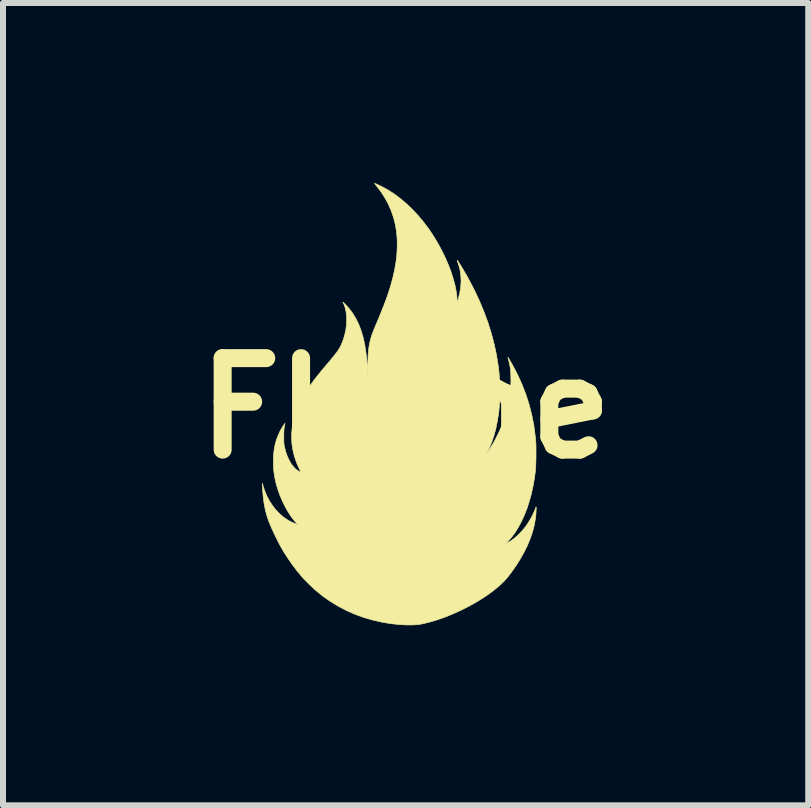
<source format=kicad_pcb>
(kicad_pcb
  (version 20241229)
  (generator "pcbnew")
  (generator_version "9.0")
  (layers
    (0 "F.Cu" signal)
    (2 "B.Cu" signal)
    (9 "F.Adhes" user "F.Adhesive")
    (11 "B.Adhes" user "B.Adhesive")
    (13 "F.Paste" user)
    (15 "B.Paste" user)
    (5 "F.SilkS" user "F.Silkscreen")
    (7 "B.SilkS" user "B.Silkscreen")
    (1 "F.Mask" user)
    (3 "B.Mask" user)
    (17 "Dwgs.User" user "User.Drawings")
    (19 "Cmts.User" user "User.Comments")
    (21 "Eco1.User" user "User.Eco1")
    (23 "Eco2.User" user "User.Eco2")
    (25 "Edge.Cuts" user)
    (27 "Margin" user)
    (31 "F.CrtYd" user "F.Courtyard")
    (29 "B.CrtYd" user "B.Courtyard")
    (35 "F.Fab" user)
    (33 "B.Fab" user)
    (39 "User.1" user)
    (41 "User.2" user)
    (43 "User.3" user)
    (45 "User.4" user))
  (footprint "Flame"
    (layer "F.Cu")
    (at 3.708 3.752)
    (property "Reference" "Flame" (at 0 0 0) (layer "F.SilkS") (effects (font (size 1.524 1.524) (thickness 0.3))))
    (attr through_hole)
    (fp_poly (pts (xy -0.512 -3.746) (xy -0.499 -3.741) (xy -0.48 -3.733) (xy -0.457 -3.722) (xy -0.431 -3.71) (xy -0.405 -3.697) (xy -0.392 -3.691) (xy -0.287 -3.633) (xy -0.182 -3.565) (xy -0.08 -3.488) (xy 0.021 -3.402) (xy 0.118 -3.308) (xy 0.212 -3.207) (xy 0.302 -3.099) (xy 0.388 -2.985) (xy 0.44 -2.908) (xy 0.505 -2.804) (xy 0.566 -2.697) (xy 0.623 -2.589) (xy 0.674 -2.48) (xy 0.72 -2.372) (xy 0.76 -2.265) (xy 0.793 -2.16) (xy 0.821 -2.059) (xy 0.841 -1.961) (xy 0.854 -1.869) (xy 0.857 -1.824) (xy 0.861 -1.76) (xy 0.878 -1.82) (xy 0.902 -1.92) (xy 0.918 -2.016) (xy 0.924 -2.108) (xy 0.921 -2.198) (xy 0.91 -2.286) (xy 0.889 -2.372) (xy 0.876 -2.413) (xy 0.869 -2.434) (xy 0.864 -2.452) (xy 0.861 -2.463) (xy 0.86 -2.467) (xy 0.864 -2.464) (xy 0.872 -2.453) (xy 0.883 -2.435) (xy 0.898 -2.412) (xy 0.916 -2.384) (xy 0.935 -2.352) (xy 0.956 -2.317) (xy 0.977 -2.28) (xy 0.999 -2.243) (xy 1.02 -2.207) (xy 1.04 -2.171) (xy 1.058 -2.138) (xy 1.059 -2.136) (xy 1.151 -1.959) (xy 1.234 -1.781) (xy 1.308 -1.602) (xy 1.374 -1.422) (xy 1.43 -1.243) (xy 1.477 -1.064) (xy 1.515 -0.886) (xy 1.543 -0.71) (xy 1.552 -0.64) (xy 1.559 -0.565) (xy 1.565 -0.485) (xy 1.569 -0.403) (xy 1.571 -0.321) (xy 1.572 -0.241) (xy 1.571 -0.166) (xy 1.568 -0.097) (xy 1.565 -0.058) (xy 1.551 0.079) (xy 1.53 0.21) (xy 1.505 0.334) (xy 1.474 0.451) (xy 1.437 0.56) (xy 1.396 0.66) (xy 1.366 0.721) (xy 1.356 0.742) (xy 1.35 0.753) (xy 1.349 0.757) (xy 1.354 0.753) (xy 1.363 0.739) (xy 1.377 0.718) (xy 1.397 0.688) (xy 1.401 0.681) (xy 1.48 0.548) (xy 1.549 0.413) (xy 1.609 0.277) (xy 1.658 0.138) (xy 1.698 -0.004) (xy 1.728 -0.148) (xy 1.746 -0.264) (xy 1.75 -0.306) (xy 1.753 -0.355) (xy 1.754 -0.409) (xy 1.755 -0.464) (xy 1.754 -0.519) (xy 1.752 -0.571) (xy 1.75 -0.618) (xy 1.746 -0.657) (xy 1.745 -0.658) (xy 1.741 -0.688) (xy 1.734 -0.722) (xy 1.727 -0.757) (xy 1.72 -0.791) (xy 1.712 -0.82) (xy 1.705 -0.842) (xy 1.704 -0.846) (xy 1.704 -0.848) (xy 1.709 -0.843) (xy 1.717 -0.831) (xy 1.728 -0.813) (xy 1.741 -0.79) (xy 1.757 -0.764) (xy 1.773 -0.736) (xy 1.788 -0.709) (xy 1.87 -0.552) (xy 1.942 -0.392) (xy 2.005 -0.228) (xy 2.058 -0.061) (xy 2.102 0.108) (xy 2.136 0.28) (xy 2.159 0.454) (xy 2.17 0.568) (xy 2.172 0.605) (xy 2.173 0.65) (xy 2.173 0.701) (xy 2.173 0.755) (xy 2.173 0.811) (xy 2.172 0.867) (xy 2.17 0.921) (xy 2.168 0.971) (xy 2.165 1.015) (xy 2.162 1.05) (xy 2.162 1.054) (xy 2.144 1.185) (xy 2.121 1.312) (xy 2.093 1.436) (xy 2.06 1.555) (xy 2.023 1.67) (xy 1.98 1.778) (xy 1.934 1.88) (xy 1.884 1.975) (xy 1.83 2.063) (xy 1.773 2.141) (xy 1.713 2.211) (xy 1.669 2.257) (xy 1.695 2.244) (xy 1.753 2.21) (xy 1.813 2.166) (xy 1.873 2.113) (xy 1.933 2.051) (xy 1.975 2.003) (xy 2.003 1.967) (xy 2.032 1.925) (xy 2.061 1.878) (xy 2.09 1.83) (xy 2.115 1.781) (xy 2.137 1.735) (xy 2.155 1.694) (xy 2.161 1.677) (xy 2.167 1.66) (xy 2.172 1.649) (xy 2.175 1.644) (xy 2.176 1.644) (xy 2.176 1.651) (xy 2.176 1.666) (xy 2.176 1.688) (xy 2.174 1.713) (xy 2.173 1.742) (xy 2.171 1.77) (xy 2.169 1.798) (xy 2.166 1.822) (xy 2.164 1.839) (xy 2.144 1.949) (xy 2.115 2.061) (xy 2.076 2.175) (xy 2.028 2.291) (xy 1.97 2.407) (xy 1.904 2.523) (xy 1.852 2.606) (xy 1.812 2.664) (xy 1.772 2.721) (xy 1.733 2.773) (xy 1.696 2.82) (xy 1.661 2.86) (xy 1.646 2.877) (xy 1.581 2.941) (xy 1.507 3.004) (xy 1.425 3.068) (xy 1.337 3.13) (xy 1.242 3.192) (xy 1.142 3.251) (xy 1.038 3.308) (xy 0.931 3.362) (xy 0.822 3.412) (xy 0.712 3.459) (xy 0.602 3.5) (xy 0.493 3.537) (xy 0.386 3.567) (xy 0.363 3.573) (xy 0.309 3.586) (xy 0.261 3.596) (xy 0.217 3.603) (xy 0.175 3.608) (xy 0.131 3.61) (xy 0.084 3.611) (xy 0.07 3.611) (xy 0.034 3.611) (xy -0.003 3.61) (xy -0.038 3.609) (xy -0.068 3.607) (xy -0.089 3.606) (xy -0.25 3.589) (xy -0.408 3.562) (xy -0.561 3.526) (xy -0.71 3.482) (xy -0.854 3.429) (xy -0.993 3.367) (xy -1.128 3.296) (xy -1.257 3.217) (xy -1.381 3.13) (xy -1.499 3.034) (xy -1.611 2.93) (xy -1.718 2.819) (xy -1.746 2.786) (xy -1.819 2.697) (xy -1.891 2.601) (xy -1.96 2.502) (xy -2.024 2.403) (xy -2.06 2.342) (xy -2.095 2.279) (xy -2.131 2.209) (xy -2.168 2.136) (xy -2.203 2.062) (xy -2.236 1.989) (xy -2.265 1.921) (xy -2.279 1.887) (xy -2.311 1.793) (xy -2.338 1.691) (xy -2.359 1.581) (xy -2.374 1.463) (xy -2.384 1.336) (xy -2.385 1.311) (xy -2.387 1.247) (xy -2.373 1.299) (xy -2.344 1.386) (xy -2.308 1.47) (xy -2.265 1.55) (xy -2.215 1.625) (xy -2.16 1.694) (xy -2.1 1.757) (xy -2.036 1.813) (xy -1.969 1.859) (xy -1.939 1.877) (xy -1.921 1.886) (xy -1.9 1.896) (xy -1.876 1.907) (xy -1.852 1.917) (xy -1.83 1.925) (xy -1.813 1.932) (xy -1.802 1.935) (xy -1.8 1.935) (xy -1.802 1.932) (xy -1.809 1.923) (xy -1.821 1.91) (xy -1.827 1.904) (xy -1.869 1.856) (xy -1.911 1.799) (xy -1.952 1.736) (xy -1.993 1.666) (xy -2.031 1.593) (xy -2.067 1.516) (xy -2.099 1.438) (xy -2.126 1.36) (xy -2.128 1.354) (xy -2.156 1.261) (xy -2.176 1.174) (xy -2.191 1.089) (xy -2.2 1.004) (xy -2.204 0.915) (xy -2.203 0.85) (xy -2.199 0.759) (xy -2.188 0.675) (xy -2.172 0.595) (xy -2.15 0.519) (xy -2.12 0.443) (xy -2.097 0.393) (xy -2.087 0.373) (xy -2.075 0.351) (xy -2.061 0.328) (xy -2.048 0.306) (xy -2.035 0.286) (xy -2.024 0.27) (xy -2.016 0.258) (xy -2.01 0.252) (xy -2.009 0.253) (xy -2.009 0.254) (xy -2.016 0.285) (xy -2.021 0.312) (xy -2.025 0.34) (xy -2.027 0.368) (xy -2.028 0.401) (xy -2.029 0.44) (xy -2.029 0.475) (xy -2.029 0.515) (xy -2.029 0.546) (xy -2.028 0.571) (xy -2.026 0.592) (xy -2.024 0.61) (xy -2.021 0.628) (xy -2.018 0.645) (xy -1.997 0.726) (xy -1.97 0.801) (xy -1.939 0.868) (xy -1.904 0.928) (xy -1.864 0.98) (xy -1.844 1.001) (xy -1.828 1.016) (xy -1.809 1.031) (xy -1.79 1.044) (xy -1.773 1.054) (xy -1.759 1.06) (xy -1.75 1.061) (xy -1.75 1.06) (xy -1.751 1.055) (xy -1.755 1.043) (xy -1.763 1.026) (xy -1.768 1.016) (xy -1.814 0.914) (xy -1.85 0.811) (xy -1.859 0.775) (xy 1.336 0.775) (xy 1.339 0.777) (xy 1.341 0.775) (xy 1.339 0.772) (xy 1.336 0.775) (xy -1.859 0.775) (xy -1.876 0.707) (xy -1.893 0.601) (xy -1.899 0.512) (xy -1.898 0.411) (xy -1.888 0.311) (xy -1.871 0.213) (xy -1.845 0.115) (xy -1.809 0.016) (xy -1.765 -0.084) (xy -1.712 -0.185) (xy -1.685 -0.233) (xy -1.656 -0.28) (xy -1.626 -0.327) (xy -1.594 -0.374) (xy -1.559 -0.423) (xy -1.521 -0.475) (xy -1.478 -0.53) (xy -1.43 -0.589) (xy -1.377 -0.654) (xy -1.317 -0.725) (xy -1.301 -0.744) (xy -1.258 -0.794) (xy -1.222 -0.838) (xy -1.192 -0.875) (xy -1.166 -0.908) (xy -1.144 -0.937) (xy -1.126 -0.962) (xy -1.111 -0.985) (xy -1.098 -1.007) (xy -1.088 -1.025) (xy -1.057 -1.093) (xy -1.031 -1.164) (xy -1.011 -1.237) (xy -0.995 -1.312) (xy -0.986 -1.388) (xy -0.982 -1.462) (xy -0.983 -1.533) (xy -0.991 -1.601) (xy -1.004 -1.664) (xy -1.023 -1.722) (xy -1.04 -1.758) (xy -1.044 -1.765) (xy -1.044 -1.768) (xy -1.041 -1.766) (xy -1.032 -1.759) (xy -1.018 -1.745) (xy -0.998 -1.725) (xy -0.995 -1.722) (xy -0.932 -1.651) (xy -0.875 -1.572) (xy -0.824 -1.487) (xy -0.779 -1.394) (xy -0.741 -1.294) (xy -0.709 -1.186) (xy -0.683 -1.07) (xy -0.663 -0.946) (xy -0.656 -0.89) (xy -0.651 -0.846) (xy -0.647 -0.798) (xy -0.643 -0.748) (xy -0.64 -0.698) (xy -0.637 -0.652) (xy -0.636 -0.611) (xy -0.635 -0.578) (xy -0.635 -0.559) (xy -0.633 -0.546) (xy -0.632 -0.541) (xy -0.631 -0.541) (xy -0.63 -0.547) (xy -0.629 -0.561) (xy -0.629 -0.583) (xy -0.629 -0.611) (xy -0.629 -0.644) (xy -0.629 -0.672) (xy -0.629 -0.771) (xy -0.626 -0.861) (xy -0.62 -0.943) (xy -0.611 -1.019) (xy -0.598 -1.09) (xy -0.582 -1.157) (xy -0.562 -1.221) (xy -0.561 -1.225) (xy -0.554 -1.243) (xy -0.544 -1.269) (xy -0.532 -1.3) (xy -0.517 -1.335) (xy -0.502 -1.373) (xy -0.486 -1.411) (xy -0.485 -1.413) (xy -0.44 -1.519) (xy -0.401 -1.616) (xy -0.365 -1.706) (xy -0.333 -1.791) (xy -0.304 -1.871) (xy -0.279 -1.947) (xy -0.255 -2.021) (xy -0.234 -2.094) (xy -0.216 -2.161) (xy -0.184 -2.301) (xy -0.16 -2.438) (xy -0.145 -2.572) (xy -0.139 -2.701) (xy -0.141 -2.827) (xy -0.152 -2.948) (xy -0.172 -3.064) (xy -0.2 -3.175) (xy -0.201 -3.178) (xy -0.241 -3.292) (xy -0.289 -3.403) (xy -0.347 -3.509) (xy -0.413 -3.61) (xy -0.485 -3.705) (xy -0.499 -3.722) (xy -0.51 -3.735) (xy -0.516 -3.744) (xy -0.517 -3.747) (xy -0.512 -3.746)) (stroke (width 0.01) (type solid)) (fill yes) (layer "F.SilkS")))
  (gr_rect
    (start -3 -3)
    (end 10.417 10.368)
    (stroke (width 0.1) (type default))
    (fill no)
    (layer "Edge.Cuts")))
</source>
